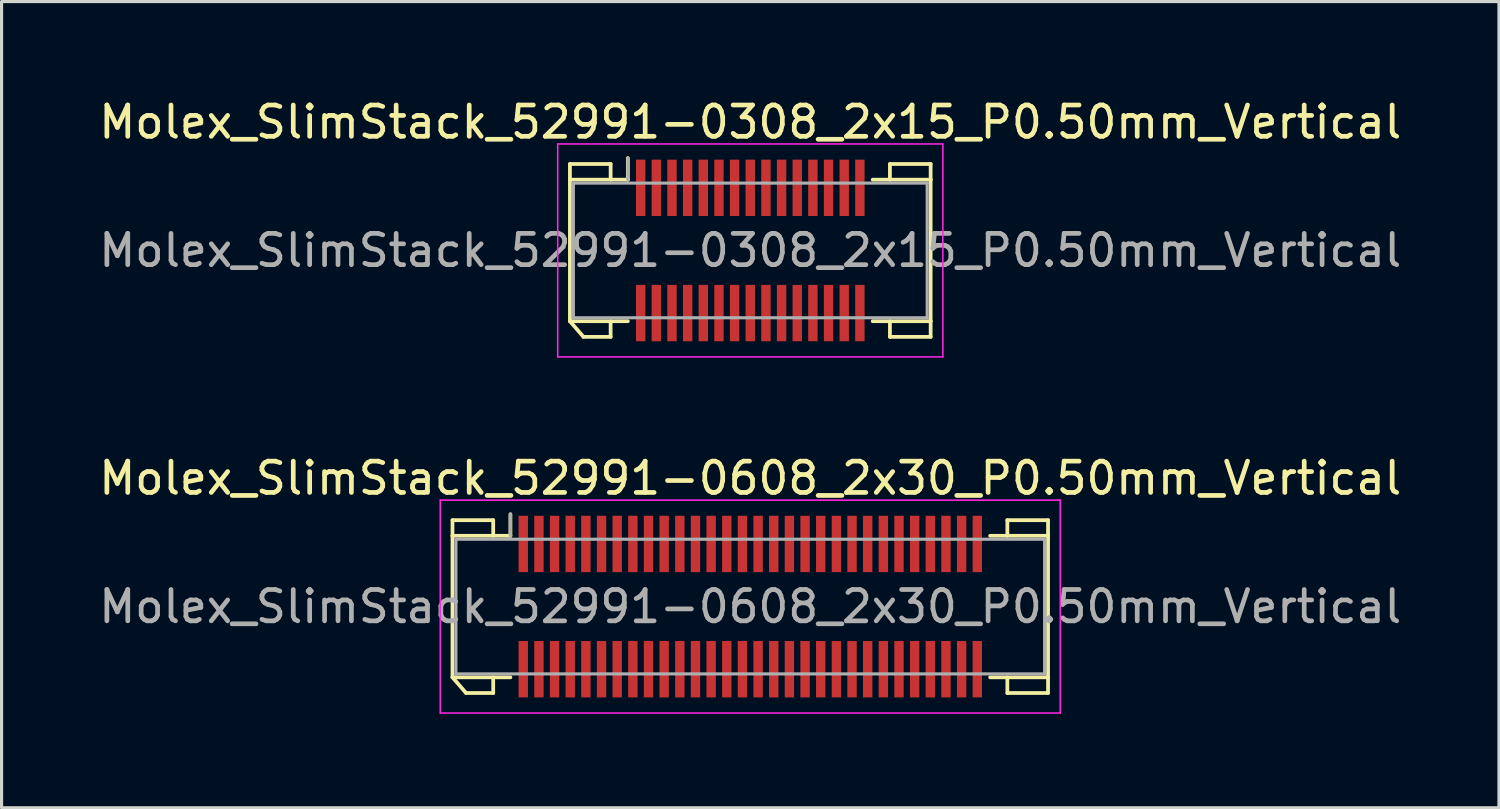
<source format=kicad_pcb>
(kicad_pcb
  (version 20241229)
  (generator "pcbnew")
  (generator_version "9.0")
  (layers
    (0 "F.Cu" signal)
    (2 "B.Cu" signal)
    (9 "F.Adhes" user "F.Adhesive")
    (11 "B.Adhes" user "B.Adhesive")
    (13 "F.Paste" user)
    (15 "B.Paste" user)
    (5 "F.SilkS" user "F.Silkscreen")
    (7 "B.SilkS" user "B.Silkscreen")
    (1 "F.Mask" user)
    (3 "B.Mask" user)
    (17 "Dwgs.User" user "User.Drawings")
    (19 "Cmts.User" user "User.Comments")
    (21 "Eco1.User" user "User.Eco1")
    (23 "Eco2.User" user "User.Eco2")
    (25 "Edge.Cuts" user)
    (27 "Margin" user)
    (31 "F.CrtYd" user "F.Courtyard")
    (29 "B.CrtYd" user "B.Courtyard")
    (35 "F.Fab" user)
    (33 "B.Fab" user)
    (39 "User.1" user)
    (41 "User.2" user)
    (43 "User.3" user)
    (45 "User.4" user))
  (footprint "Molex_SlimStack_52991-0308_2x15_P0.50mm_Vertical"
    (layer "F.Cu")
    (at 20.911 4.948)
    (property "Reference" "Molex_SlimStack_52991-0308_2x15_P0.50mm_Vertical" (at 0 -4.1 0) (layer "F.SilkS") (effects (font (size 1 1) (thickness 0.15))))
    (attr smd)
    (fp_line (start -5.76 -2.76) (end -4.46 -2.76) (stroke (width 0.12) (type solid)) (layer "F.SilkS"))
    (fp_line (start -5.76 -2.26) (end -5.76 -2.76) (stroke (width 0.12) (type solid)) (layer "F.SilkS"))
    (fp_line (start -5.76 -2.26) (end -3.91 -2.26) (stroke (width 0.12) (type solid)) (layer "F.SilkS"))
    (fp_line (start -5.76 2.26) (end -5.76 -2.26) (stroke (width 0.12) (type solid)) (layer "F.SilkS"))
    (fp_line (start -5.76 2.26) (end -5.327 2.76) (stroke (width 0.12) (type solid)) (layer "F.SilkS"))
    (fp_line (start -5.327 2.76) (end -4.46 2.76) (stroke (width 0.12) (type solid)) (layer "F.SilkS"))
    (fp_line (start -4.46 -2.76) (end -4.46 -2.26) (stroke (width 0.12) (type solid)) (layer "F.SilkS"))
    (fp_line (start -4.46 2.76) (end -4.46 2.26) (stroke (width 0.12) (type solid)) (layer "F.SilkS"))
    (fp_line (start -3.91 -2.26) (end -3.91 -2.95) (stroke (width 0.12) (type solid)) (layer "F.SilkS"))
    (fp_line (start -3.91 2.26) (end -5.76 2.26) (stroke (width 0.12) (type solid)) (layer "F.SilkS"))
    (fp_line (start 3.91 2.26) (end 5.76 2.26) (stroke (width 0.12) (type solid)) (layer "F.SilkS"))
    (fp_line (start 4.46 -2.76) (end 4.46 -2.26) (stroke (width 0.12) (type solid)) (layer "F.SilkS"))
    (fp_line (start 4.46 2.76) (end 4.46 2.26) (stroke (width 0.12) (type solid)) (layer "F.SilkS"))
    (fp_line (start 5.76 -2.76) (end 4.46 -2.76) (stroke (width 0.12) (type solid)) (layer "F.SilkS"))
    (fp_line (start 5.76 -2.26) (end 3.91 -2.26) (stroke (width 0.12) (type solid)) (layer "F.SilkS"))
    (fp_line (start 5.76 -2.26) (end 5.76 -2.76) (stroke (width 0.12) (type solid)) (layer "F.SilkS"))
    (fp_line (start 5.76 2.26) (end 5.76 -2.26) (stroke (width 0.12) (type solid)) (layer "F.SilkS"))
    (fp_line (start 5.76 2.26) (end 5.76 2.76) (stroke (width 0.12) (type solid)) (layer "F.SilkS"))
    (fp_line (start 5.76 2.76) (end 4.46 2.76) (stroke (width 0.12) (type solid)) (layer "F.SilkS"))
    (fp_line (start -6.15 -3.4) (end -6.15 3.4) (stroke (width 0.05) (type solid)) (layer "F.CrtYd"))
    (fp_line (start -6.15 3.4) (end 6.15 3.4) (stroke (width 0.05) (type solid)) (layer "F.CrtYd"))
    (fp_line (start 6.15 -3.4) (end -6.15 -3.4) (stroke (width 0.05) (type solid)) (layer "F.CrtYd"))
    (fp_line (start 6.15 3.4) (end 6.15 -3.4) (stroke (width 0.05) (type solid)) (layer "F.CrtYd"))
    (fp_line (start -5.65 -2.15) (end -5.65 2.15) (stroke (width 0.1) (type solid)) (layer "F.Fab"))
    (fp_line (start -5.65 2.15) (end 5.65 2.15) (stroke (width 0.1) (type solid)) (layer "F.Fab"))
    (fp_line (start -3.91 -2.26) (end -3.91 -2.95) (stroke (width 0.1) (type solid)) (layer "F.Fab"))
    (fp_line (start 5.65 -2.15) (end -5.65 -2.15) (stroke (width 0.1) (type solid)) (layer "F.Fab"))
    (fp_line (start 5.65 2.15) (end 5.65 -2.15) (stroke (width 0.1) (type solid)) (layer "F.Fab"))
    (fp_text user "${REFERENCE}" (at 0 0 0) (layer "F.Fab") (effects (font (size 1 1) (thickness 0.15))))
    (pad "1" smd rect (at -3.5 -2) (size 0.3 1.8) (layers "F.Cu" "F.Mask" "F.Paste"))
    (pad "2" smd rect (at -3.5 2) (size 0.3 1.8) (layers "F.Cu" "F.Mask" "F.Paste"))
    (pad "3" smd rect (at -3 -2) (size 0.3 1.8) (layers "F.Cu" "F.Mask" "F.Paste"))
    (pad "4" smd rect (at -3 2) (size 0.3 1.8) (layers "F.Cu" "F.Mask" "F.Paste"))
    (pad "5" smd rect (at -2.5 -2) (size 0.3 1.8) (layers "F.Cu" "F.Mask" "F.Paste"))
    (pad "6" smd rect (at -2.5 2) (size 0.3 1.8) (layers "F.Cu" "F.Mask" "F.Paste"))
    (pad "7" smd rect (at -2 -2) (size 0.3 1.8) (layers "F.Cu" "F.Mask" "F.Paste"))
    (pad "8" smd rect (at -2 2) (size 0.3 1.8) (layers "F.Cu" "F.Mask" "F.Paste"))
    (pad "9" smd rect (at -1.5 -2) (size 0.3 1.8) (layers "F.Cu" "F.Mask" "F.Paste"))
    (pad "10" smd rect (at -1.5 2) (size 0.3 1.8) (layers "F.Cu" "F.Mask" "F.Paste"))
    (pad "11" smd rect (at -1 -2) (size 0.3 1.8) (layers "F.Cu" "F.Mask" "F.Paste"))
    (pad "12" smd rect (at -1 2) (size 0.3 1.8) (layers "F.Cu" "F.Mask" "F.Paste"))
    (pad "13" smd rect (at -0.5 -2) (size 0.3 1.8) (layers "F.Cu" "F.Mask" "F.Paste"))
    (pad "14" smd rect (at -0.5 2) (size 0.3 1.8) (layers "F.Cu" "F.Mask" "F.Paste"))
    (pad "15" smd rect (at 0 -2) (size 0.3 1.8) (layers "F.Cu" "F.Mask" "F.Paste"))
    (pad "16" smd rect (at 0 2) (size 0.3 1.8) (layers "F.Cu" "F.Mask" "F.Paste"))
    (pad "17" smd rect (at 0.5 -2) (size 0.3 1.8) (layers "F.Cu" "F.Mask" "F.Paste"))
    (pad "18" smd rect (at 0.5 2) (size 0.3 1.8) (layers "F.Cu" "F.Mask" "F.Paste"))
    (pad "19" smd rect (at 1 -2) (size 0.3 1.8) (layers "F.Cu" "F.Mask" "F.Paste"))
    (pad "20" smd rect (at 1 2) (size 0.3 1.8) (layers "F.Cu" "F.Mask" "F.Paste"))
    (pad "21" smd rect (at 1.5 -2) (size 0.3 1.8) (layers "F.Cu" "F.Mask" "F.Paste"))
    (pad "22" smd rect (at 1.5 2) (size 0.3 1.8) (layers "F.Cu" "F.Mask" "F.Paste"))
    (pad "23" smd rect (at 2 -2) (size 0.3 1.8) (layers "F.Cu" "F.Mask" "F.Paste"))
    (pad "24" smd rect (at 2 2) (size 0.3 1.8) (layers "F.Cu" "F.Mask" "F.Paste"))
    (pad "25" smd rect (at 2.5 -2) (size 0.3 1.8) (layers "F.Cu" "F.Mask" "F.Paste"))
    (pad "26" smd rect (at 2.5 2) (size 0.3 1.8) (layers "F.Cu" "F.Mask" "F.Paste"))
    (pad "27" smd rect (at 3 -2) (size 0.3 1.8) (layers "F.Cu" "F.Mask" "F.Paste"))
    (pad "28" smd rect (at 3 2) (size 0.3 1.8) (layers "F.Cu" "F.Mask" "F.Paste"))
    (pad "29" smd rect (at 3.5 -2) (size 0.3 1.8) (layers "F.Cu" "F.Mask" "F.Paste"))
    (pad "30" smd rect (at 3.5 2) (size 0.3 1.8) (layers "F.Cu" "F.Mask" "F.Paste")))
  (footprint "Molex_SlimStack_52991-0608_2x30_P0.50mm_Vertical"
    (layer "F.Cu")
    (at 20.911 16.322)
    (property "Reference" "Molex_SlimStack_52991-0608_2x30_P0.50mm_Vertical" (at 0 -4.1 0) (layer "F.SilkS") (effects (font (size 1 1) (thickness 0.15))))
    (attr smd)
    (fp_line (start -9.51 -2.76) (end -8.21 -2.76) (stroke (width 0.12) (type solid)) (layer "F.SilkS"))
    (fp_line (start -9.51 -2.26) (end -9.51 -2.76) (stroke (width 0.12) (type solid)) (layer "F.SilkS"))
    (fp_line (start -9.51 -2.26) (end -7.66 -2.26) (stroke (width 0.12) (type solid)) (layer "F.SilkS"))
    (fp_line (start -9.51 2.26) (end -9.51 -2.26) (stroke (width 0.12) (type solid)) (layer "F.SilkS"))
    (fp_line (start -9.51 2.26) (end -9.077 2.76) (stroke (width 0.12) (type solid)) (layer "F.SilkS"))
    (fp_line (start -9.077 2.76) (end -8.21 2.76) (stroke (width 0.12) (type solid)) (layer "F.SilkS"))
    (fp_line (start -8.21 -2.76) (end -8.21 -2.26) (stroke (width 0.12) (type solid)) (layer "F.SilkS"))
    (fp_line (start -8.21 2.76) (end -8.21 2.26) (stroke (width 0.12) (type solid)) (layer "F.SilkS"))
    (fp_line (start -7.66 -2.26) (end -7.66 -2.95) (stroke (width 0.12) (type solid)) (layer "F.SilkS"))
    (fp_line (start -7.66 2.26) (end -9.51 2.26) (stroke (width 0.12) (type solid)) (layer "F.SilkS"))
    (fp_line (start 7.66 2.26) (end 9.51 2.26) (stroke (width 0.12) (type solid)) (layer "F.SilkS"))
    (fp_line (start 8.21 -2.76) (end 8.21 -2.26) (stroke (width 0.12) (type solid)) (layer "F.SilkS"))
    (fp_line (start 8.21 2.76) (end 8.21 2.26) (stroke (width 0.12) (type solid)) (layer "F.SilkS"))
    (fp_line (start 9.51 -2.76) (end 8.21 -2.76) (stroke (width 0.12) (type solid)) (layer "F.SilkS"))
    (fp_line (start 9.51 -2.26) (end 7.66 -2.26) (stroke (width 0.12) (type solid)) (layer "F.SilkS"))
    (fp_line (start 9.51 -2.26) (end 9.51 -2.76) (stroke (width 0.12) (type solid)) (layer "F.SilkS"))
    (fp_line (start 9.51 2.26) (end 9.51 -2.26) (stroke (width 0.12) (type solid)) (layer "F.SilkS"))
    (fp_line (start 9.51 2.26) (end 9.51 2.76) (stroke (width 0.12) (type solid)) (layer "F.SilkS"))
    (fp_line (start 9.51 2.76) (end 8.21 2.76) (stroke (width 0.12) (type solid)) (layer "F.SilkS"))
    (fp_line (start -9.9 -3.4) (end -9.9 3.4) (stroke (width 0.05) (type solid)) (layer "F.CrtYd"))
    (fp_line (start -9.9 3.4) (end 9.9 3.4) (stroke (width 0.05) (type solid)) (layer "F.CrtYd"))
    (fp_line (start 9.9 -3.4) (end -9.9 -3.4) (stroke (width 0.05) (type solid)) (layer "F.CrtYd"))
    (fp_line (start 9.9 3.4) (end 9.9 -3.4) (stroke (width 0.05) (type solid)) (layer "F.CrtYd"))
    (fp_line (start -9.4 -2.15) (end -9.4 2.15) (stroke (width 0.1) (type solid)) (layer "F.Fab"))
    (fp_line (start -9.4 2.15) (end 9.4 2.15) (stroke (width 0.1) (type solid)) (layer "F.Fab"))
    (fp_line (start -7.66 -2.26) (end -7.66 -2.95) (stroke (width 0.1) (type solid)) (layer "F.Fab"))
    (fp_line (start 9.4 -2.15) (end -9.4 -2.15) (stroke (width 0.1) (type solid)) (layer "F.Fab"))
    (fp_line (start 9.4 2.15) (end 9.4 -2.15) (stroke (width 0.1) (type solid)) (layer "F.Fab"))
    (fp_text user "${REFERENCE}" (at 0 0 0) (layer "F.Fab") (effects (font (size 1 1) (thickness 0.15))))
    (pad "1" smd rect (at -7.25 -2) (size 0.3 1.8) (layers "F.Cu" "F.Mask" "F.Paste"))
    (pad "2" smd rect (at -7.25 2) (size 0.3 1.8) (layers "F.Cu" "F.Mask" "F.Paste"))
    (pad "3" smd rect (at -6.75 -2) (size 0.3 1.8) (layers "F.Cu" "F.Mask" "F.Paste"))
    (pad "4" smd rect (at -6.75 2) (size 0.3 1.8) (layers "F.Cu" "F.Mask" "F.Paste"))
    (pad "5" smd rect (at -6.25 -2) (size 0.3 1.8) (layers "F.Cu" "F.Mask" "F.Paste"))
    (pad "6" smd rect (at -6.25 2) (size 0.3 1.8) (layers "F.Cu" "F.Mask" "F.Paste"))
    (pad "7" smd rect (at -5.75 -2) (size 0.3 1.8) (layers "F.Cu" "F.Mask" "F.Paste"))
    (pad "8" smd rect (at -5.75 2) (size 0.3 1.8) (layers "F.Cu" "F.Mask" "F.Paste"))
    (pad "9" smd rect (at -5.25 -2) (size 0.3 1.8) (layers "F.Cu" "F.Mask" "F.Paste"))
    (pad "10" smd rect (at -5.25 2) (size 0.3 1.8) (layers "F.Cu" "F.Mask" "F.Paste"))
    (pad "11" smd rect (at -4.75 -2) (size 0.3 1.8) (layers "F.Cu" "F.Mask" "F.Paste"))
    (pad "12" smd rect (at -4.75 2) (size 0.3 1.8) (layers "F.Cu" "F.Mask" "F.Paste"))
    (pad "13" smd rect (at -4.25 -2) (size 0.3 1.8) (layers "F.Cu" "F.Mask" "F.Paste"))
    (pad "14" smd rect (at -4.25 2) (size 0.3 1.8) (layers "F.Cu" "F.Mask" "F.Paste"))
    (pad "15" smd rect (at -3.75 -2) (size 0.3 1.8) (layers "F.Cu" "F.Mask" "F.Paste"))
    (pad "16" smd rect (at -3.75 2) (size 0.3 1.8) (layers "F.Cu" "F.Mask" "F.Paste"))
    (pad "17" smd rect (at -3.25 -2) (size 0.3 1.8) (layers "F.Cu" "F.Mask" "F.Paste"))
    (pad "18" smd rect (at -3.25 2) (size 0.3 1.8) (layers "F.Cu" "F.Mask" "F.Paste"))
    (pad "19" smd rect (at -2.75 -2) (size 0.3 1.8) (layers "F.Cu" "F.Mask" "F.Paste"))
    (pad "20" smd rect (at -2.75 2) (size 0.3 1.8) (layers "F.Cu" "F.Mask" "F.Paste"))
    (pad "21" smd rect (at -2.25 -2) (size 0.3 1.8) (layers "F.Cu" "F.Mask" "F.Paste"))
    (pad "22" smd rect (at -2.25 2) (size 0.3 1.8) (layers "F.Cu" "F.Mask" "F.Paste"))
    (pad "23" smd rect (at -1.75 -2) (size 0.3 1.8) (layers "F.Cu" "F.Mask" "F.Paste"))
    (pad "24" smd rect (at -1.75 2) (size 0.3 1.8) (layers "F.Cu" "F.Mask" "F.Paste"))
    (pad "25" smd rect (at -1.25 -2) (size 0.3 1.8) (layers "F.Cu" "F.Mask" "F.Paste"))
    (pad "26" smd rect (at -1.25 2) (size 0.3 1.8) (layers "F.Cu" "F.Mask" "F.Paste"))
    (pad "27" smd rect (at -0.75 -2) (size 0.3 1.8) (layers "F.Cu" "F.Mask" "F.Paste"))
    (pad "28" smd rect (at -0.75 2) (size 0.3 1.8) (layers "F.Cu" "F.Mask" "F.Paste"))
    (pad "29" smd rect (at -0.25 -2) (size 0.3 1.8) (layers "F.Cu" "F.Mask" "F.Paste"))
    (pad "30" smd rect (at -0.25 2) (size 0.3 1.8) (layers "F.Cu" "F.Mask" "F.Paste"))
    (pad "31" smd rect (at 0.25 -2) (size 0.3 1.8) (layers "F.Cu" "F.Mask" "F.Paste"))
    (pad "32" smd rect (at 0.25 2) (size 0.3 1.8) (layers "F.Cu" "F.Mask" "F.Paste"))
    (pad "33" smd rect (at 0.75 -2) (size 0.3 1.8) (layers "F.Cu" "F.Mask" "F.Paste"))
    (pad "34" smd rect (at 0.75 2) (size 0.3 1.8) (layers "F.Cu" "F.Mask" "F.Paste"))
    (pad "35" smd rect (at 1.25 -2) (size 0.3 1.8) (layers "F.Cu" "F.Mask" "F.Paste"))
    (pad "36" smd rect (at 1.25 2) (size 0.3 1.8) (layers "F.Cu" "F.Mask" "F.Paste"))
    (pad "37" smd rect (at 1.75 -2) (size 0.3 1.8) (layers "F.Cu" "F.Mask" "F.Paste"))
    (pad "38" smd rect (at 1.75 2) (size 0.3 1.8) (layers "F.Cu" "F.Mask" "F.Paste"))
    (pad "39" smd rect (at 2.25 -2) (size 0.3 1.8) (layers "F.Cu" "F.Mask" "F.Paste"))
    (pad "40" smd rect (at 2.25 2) (size 0.3 1.8) (layers "F.Cu" "F.Mask" "F.Paste"))
    (pad "41" smd rect (at 2.75 -2) (size 0.3 1.8) (layers "F.Cu" "F.Mask" "F.Paste"))
    (pad "42" smd rect (at 2.75 2) (size 0.3 1.8) (layers "F.Cu" "F.Mask" "F.Paste"))
    (pad "43" smd rect (at 3.25 -2) (size 0.3 1.8) (layers "F.Cu" "F.Mask" "F.Paste"))
    (pad "44" smd rect (at 3.25 2) (size 0.3 1.8) (layers "F.Cu" "F.Mask" "F.Paste"))
    (pad "45" smd rect (at 3.75 -2) (size 0.3 1.8) (layers "F.Cu" "F.Mask" "F.Paste"))
    (pad "46" smd rect (at 3.75 2) (size 0.3 1.8) (layers "F.Cu" "F.Mask" "F.Paste"))
    (pad "47" smd rect (at 4.25 -2) (size 0.3 1.8) (layers "F.Cu" "F.Mask" "F.Paste"))
    (pad "48" smd rect (at 4.25 2) (size 0.3 1.8) (layers "F.Cu" "F.Mask" "F.Paste"))
    (pad "49" smd rect (at 4.75 -2) (size 0.3 1.8) (layers "F.Cu" "F.Mask" "F.Paste"))
    (pad "50" smd rect (at 4.75 2) (size 0.3 1.8) (layers "F.Cu" "F.Mask" "F.Paste"))
    (pad "51" smd rect (at 5.25 -2) (size 0.3 1.8) (layers "F.Cu" "F.Mask" "F.Paste"))
    (pad "52" smd rect (at 5.25 2) (size 0.3 1.8) (layers "F.Cu" "F.Mask" "F.Paste"))
    (pad "53" smd rect (at 5.75 -2) (size 0.3 1.8) (layers "F.Cu" "F.Mask" "F.Paste"))
    (pad "54" smd rect (at 5.75 2) (size 0.3 1.8) (layers "F.Cu" "F.Mask" "F.Paste"))
    (pad "55" smd rect (at 6.25 -2) (size 0.3 1.8) (layers "F.Cu" "F.Mask" "F.Paste"))
    (pad "56" smd rect (at 6.25 2) (size 0.3 1.8) (layers "F.Cu" "F.Mask" "F.Paste"))
    (pad "57" smd rect (at 6.75 -2) (size 0.3 1.8) (layers "F.Cu" "F.Mask" "F.Paste"))
    (pad "58" smd rect (at 6.75 2) (size 0.3 1.8) (layers "F.Cu" "F.Mask" "F.Paste"))
    (pad "59" smd rect (at 7.25 -2) (size 0.3 1.8) (layers "F.Cu" "F.Mask" "F.Paste"))
    (pad "60" smd rect (at 7.25 2) (size 0.3 1.8) (layers "F.Cu" "F.Mask" "F.Paste")))
  (gr_rect
    (start -3 -3)
    (end 44.821 22.747)
    (stroke (width 0.1) (type default))
    (fill no)
    (layer "Edge.Cuts")))
</source>
